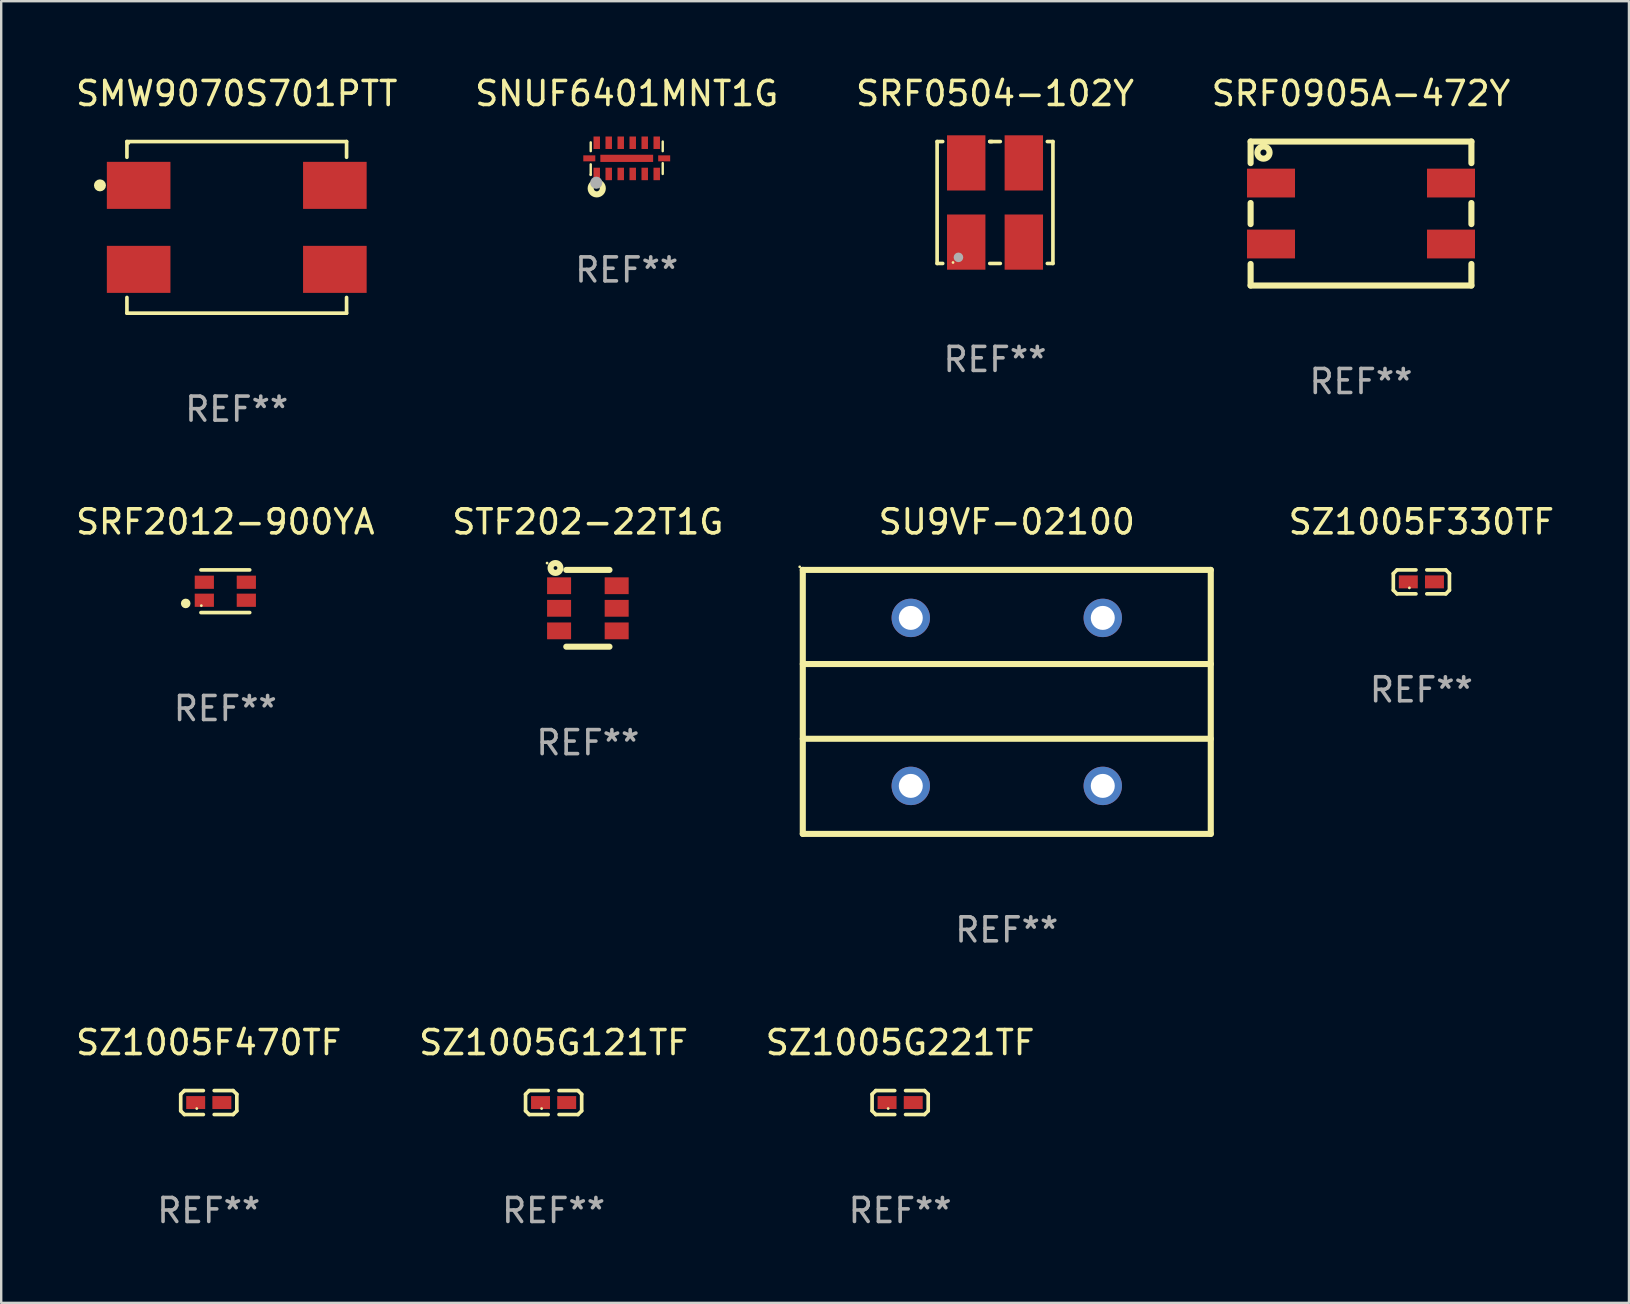
<source format=kicad_pcb>
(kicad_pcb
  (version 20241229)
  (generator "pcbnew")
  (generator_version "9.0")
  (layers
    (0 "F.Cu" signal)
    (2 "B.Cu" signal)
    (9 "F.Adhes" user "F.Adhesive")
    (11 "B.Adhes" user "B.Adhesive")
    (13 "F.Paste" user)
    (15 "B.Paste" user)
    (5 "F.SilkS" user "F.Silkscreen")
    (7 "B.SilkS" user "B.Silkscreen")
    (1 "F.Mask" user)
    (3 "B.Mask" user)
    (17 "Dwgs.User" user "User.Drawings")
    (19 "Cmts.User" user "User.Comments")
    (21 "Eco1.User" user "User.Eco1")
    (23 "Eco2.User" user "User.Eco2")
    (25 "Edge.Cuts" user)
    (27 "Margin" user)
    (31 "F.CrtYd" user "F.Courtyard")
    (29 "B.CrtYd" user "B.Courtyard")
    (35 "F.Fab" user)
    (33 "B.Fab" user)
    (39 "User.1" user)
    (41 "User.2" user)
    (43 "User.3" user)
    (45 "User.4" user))
  (footprint "SNUF6401MNT1G"
    (layer "F.Cu")
    (at 23.065 3.523)
    (property "Reference" "SNUF6401MNT1G" (at 0 -2.675 0) (layer "F.SilkS") (effects (font (size 1 1) (thickness 0.15))))
    (attr through_hole)
    (fp_line (start -1.5 -0.641) (end -1.5 -0.275) (stroke (width 0.1) (type solid)) (layer "F.SilkS"))
    (fp_line (start -1.5 0.275) (end -1.5 0.675) (stroke (width 0.1) (type solid)) (layer "F.SilkS"))
    (fp_line (start 1.5 -0.675) (end 1.5 -0.275) (stroke (width 0.1) (type solid)) (layer "F.SilkS"))
    (fp_line (start 1.5 0.225) (end 1.5 0.675) (stroke (width 0.1) (type solid)) (layer "F.SilkS"))
    (fp_circle (center -1.502 0.71) (end -1.472 0.71) (stroke (width 0.06) (type solid)) (fill no) (layer "F.SilkS"))
    (fp_circle (center -1.25 1.275) (end -1.125 1.275) (stroke (width 0.254) (type solid)) (fill no) (layer "F.SilkS"))
    (fp_circle (center -1.27 1.041) (end -1.143 1.041) (stroke (width 0.254) (type solid)) (fill no) (layer "F.Fab"))
    (fp_text user "REF**" (at 0 4.675 0) (layer "F.Fab") (effects (font (size 1 1) (thickness 0.15))))
    (pad "1" smd rect (at -1.25 0.675) (size 0.27 0.52) (layers "F.Cu" "F.Mask" "F.Paste"))
    (pad "2" smd rect (at -0.75 0.675) (size 0.27 0.52) (layers "F.Cu" "F.Mask" "F.Paste"))
    (pad "3" smd rect (at -0.25 0.675) (size 0.27 0.52) (layers "F.Cu" "F.Mask" "F.Paste"))
    (pad "4" smd rect (at 0.25 0.675) (size 0.27 0.52) (layers "F.Cu" "F.Mask" "F.Paste"))
    (pad "5" smd rect (at 0.75 0.675) (size 0.27 0.52) (layers "F.Cu" "F.Mask" "F.Paste"))
    (pad "6" smd rect (at 1.25 0.675) (size 0.27 0.52) (layers "F.Cu" "F.Mask" "F.Paste"))
    (pad "7" smd rect (at 1.25 -0.625) (size 0.27 0.52) (layers "F.Cu" "F.Mask" "F.Paste"))
    (pad "8" smd rect (at 0.75 -0.625) (size 0.27 0.52) (layers "F.Cu" "F.Mask" "F.Paste"))
    (pad "9" smd rect (at 0.25 -0.625) (size 0.27 0.52) (layers "F.Cu" "F.Mask" "F.Paste"))
    (pad "10" smd rect (at -0.25 -0.625) (size 0.27 0.52) (layers "F.Cu" "F.Mask" "F.Paste"))
    (pad "11" smd rect (at -0.75 -0.625) (size 0.27 0.52) (layers "F.Cu" "F.Mask" "F.Paste"))
    (pad "12" smd rect (at -1.25 -0.625) (size 0.27 0.52) (layers "F.Cu" "F.Mask" "F.Paste"))
    (pad "13" smd rect (at -0.000127 0.025 270) (size 0.3 2.2) (layers "F.Cu" "F.Mask" "F.Paste"))
    (pad "14" smd rect (at -1.56 0.025) (size 0.5 0.25) (layers "F.Cu" "F.Mask" "F.Paste"))
    (pad "14" smd rect (at 1.56 0.025) (size 0.5 0.25) (layers "F.Cu" "F.Mask" "F.Paste")))
  (footprint "SZ1005F470TF"
    (layer "F.Cu")
    (at 5.649 42.892)
    (property "Reference" "SZ1005F470TF" (at 0 -2.499 0) (layer "F.SilkS") (effects (font (size 1 1) (thickness 0.15))))
    (attr through_hole)
    (fp_line (start -1.169 -0.346) (end -1.016 -0.499) (stroke (width 0.152) (type solid)) (layer "F.SilkS"))
    (fp_line (start -1.169 0.346) (end -1.169 -0.346) (stroke (width 0.152) (type solid)) (layer "F.SilkS"))
    (fp_line (start -1.016 -0.499) (end -0.226 -0.499) (stroke (width 0.152) (type solid)) (layer "F.SilkS"))
    (fp_line (start -1.016 0.499) (end -1.169 0.346) (stroke (width 0.152) (type solid)) (layer "F.SilkS"))
    (fp_line (start -0.226 0.499) (end -1.016 0.499) (stroke (width 0.152) (type solid)) (layer "F.SilkS"))
    (fp_line (start 0.226 0.499) (end 1.016 0.499) (stroke (width 0.152) (type solid)) (layer "F.SilkS"))
    (fp_line (start 1.016 -0.499) (end 0.226 -0.499) (stroke (width 0.152) (type solid)) (layer "F.SilkS"))
    (fp_line (start 1.016 0.499) (end 1.169 0.346) (stroke (width 0.152) (type solid)) (layer "F.SilkS"))
    (fp_line (start 1.169 -0.346) (end 1.016 -0.499) (stroke (width 0.152) (type solid)) (layer "F.SilkS"))
    (fp_line (start 1.169 0.346) (end 1.169 -0.346) (stroke (width 0.152) (type solid)) (layer "F.SilkS"))
    (fp_circle (center -0.5 0.25) (end -0.47 0.25) (stroke (width 0.06) (type solid)) (fill no) (layer "F.SilkS"))
    (fp_text user "REF**" (at 0 4.499 0) (layer "F.Fab") (effects (font (size 1 1) (thickness 0.15))))
    (pad "1" smd rect (at -0.545 0) (size 0.79 0.54) (layers "F.Cu" "F.Mask" "F.Paste"))
    (pad "2" smd rect (at 0.545 0) (size 0.79 0.54) (layers "F.Cu" "F.Mask" "F.Paste")))
  (footprint "STF202-22T1G"
    (layer "F.Cu")
    (at 21.446 22.297)
    (property "Reference" "STF202-22T1G" (at 0 -3.6 0) (layer "F.SilkS") (effects (font (size 1 1) (thickness 0.15))))
    (attr through_hole)
    (fp_line (start 0.9 -1.6) (end -0.9 -1.6) (stroke (width 0.254) (type solid)) (layer "F.SilkS"))
    (fp_line (start 0.9 1.6) (end -0.9 1.6) (stroke (width 0.254) (type solid)) (layer "F.SilkS"))
    (fp_circle (center -1.7 -1.885) (end -1.67 -1.885) (stroke (width 0.06) (type solid)) (fill no) (layer "F.SilkS"))
    (fp_circle (center -1.35 -1.68) (end -1.272 -1.68) (stroke (width 0.254) (type solid)) (fill no) (layer "F.SilkS"))
    (fp_text user "REF**" (at 0 5.6 0) (layer "F.Fab") (effects (font (size 1 1) (thickness 0.15))))
    (pad "1" smd rect (at -1.2 -0.94) (size 1 0.7) (layers "F.Cu" "F.Mask" "F.Paste"))
    (pad "2" smd rect (at -1.2 0) (size 1 0.7) (layers "F.Cu" "F.Mask" "F.Paste"))
    (pad "3" smd rect (at -1.2 0.94) (size 1 0.7) (layers "F.Cu" "F.Mask" "F.Paste"))
    (pad "4" smd rect (at 1.2 0.94) (size 1 0.7) (layers "F.Cu" "F.Mask" "F.Paste"))
    (pad "5" smd rect (at 1.2 0) (size 1 0.7) (layers "F.Cu" "F.Mask" "F.Paste"))
    (pad "6" smd rect (at 1.2 -0.94) (size 1 0.7) (layers "F.Cu" "F.Mask" "F.Paste")))
  (footprint "SRF0504-102Y"
    (layer "F.Cu")
    (at 38.411 5.388)
    (property "Reference" "SRF0504-102Y" (at 0 -4.54 0) (layer "F.SilkS") (effects (font (size 1 1) (thickness 0.15))))
    (attr through_hole)
    (fp_line (start -2.413 -2.54) (end -2.18 -2.54) (stroke (width 0.152) (type solid)) (layer "F.SilkS"))
    (fp_line (start -2.413 2.54) (end -2.413 -2.54) (stroke (width 0.152) (type solid)) (layer "F.SilkS"))
    (fp_line (start -2.18 2.54) (end -2.413 2.54) (stroke (width 0.152) (type solid)) (layer "F.SilkS"))
    (fp_line (start -0.22 -2.54) (end -0.127 -2.54) (stroke (width 0.152) (type solid)) (layer "F.SilkS"))
    (fp_line (start -0.22 -2.54) (end 0.22 -2.54) (stroke (width 0.152) (type solid)) (layer "F.SilkS"))
    (fp_line (start -0.22 2.54) (end 0.22 2.54) (stroke (width 0.152) (type solid)) (layer "F.SilkS"))
    (fp_line (start 2.18 -2.54) (end 2.413 -2.54) (stroke (width 0.152) (type solid)) (layer "F.SilkS"))
    (fp_line (start 2.413 -2.54) (end 2.413 2.54) (stroke (width 0.152) (type solid)) (layer "F.SilkS"))
    (fp_line (start 2.413 2.54) (end 2.18 2.54) (stroke (width 0.152) (type solid)) (layer "F.SilkS"))
    (fp_circle (center -1.75 2.5) (end -1.72 2.5) (stroke (width 0.06) (type solid)) (fill no) (layer "F.SilkS"))
    (fp_circle (center -1.524 2.286) (end -1.424 2.286) (stroke (width 0.2) (type solid)) (fill no) (layer "F.Fab"))
    (fp_text user "REF**" (at 0 6.54 0) (layer "F.Fab") (effects (font (size 1 1) (thickness 0.15))))
    (pad "1" smd rect (at -1.2 1.65) (size 1.6 2.3) (layers "F.Cu" "F.Mask" "F.Paste"))
    (pad "2" smd rect (at 1.2 1.65) (size 1.6 2.3) (layers "F.Cu" "F.Mask" "F.Paste"))
    (pad "3" smd rect (at 1.2 -1.65) (size 1.6 2.3) (layers "F.Cu" "F.Mask" "F.Paste"))
    (pad "4" smd rect (at -1.2 -1.65) (size 1.6 2.3) (layers "F.Cu" "F.Mask" "F.Paste")))
  (footprint "SRF0905A-472Y"
    (layer "F.Cu")
    (at 53.661 5.848)
    (property "Reference" "SRF0905A-472Y" (at 0 -5 0) (layer "F.SilkS") (effects (font (size 1 1) (thickness 0.15))))
    (attr through_hole)
    (fp_line (start -4.6 -2.101) (end -4.6 -3) (stroke (width 0.254) (type solid)) (layer "F.SilkS"))
    (fp_line (start -4.6 0.439) (end -4.6 -0.439) (stroke (width 0.254) (type solid)) (layer "F.SilkS"))
    (fp_line (start -4.6 3) (end -4.6 2.101) (stroke (width 0.254) (type solid)) (layer "F.SilkS"))
    (fp_line (start -4.6 -3) (end 4.6 -3) (stroke (width 0.254) (type solid)) (layer "F.SilkS"))
    (fp_line (start 4.6 3) (end -4.6 3) (stroke (width 0.254) (type solid)) (layer "F.SilkS"))
    (fp_line (start 4.6 -3) (end 4.6 -2.101) (stroke (width 0.254) (type solid)) (layer "F.SilkS"))
    (fp_line (start 4.6 -0.439) (end 4.6 0.439) (stroke (width 0.254) (type solid)) (layer "F.SilkS"))
    (fp_line (start 4.6 2.101) (end 4.6 3) (stroke (width 0.254) (type solid)) (layer "F.SilkS"))
    (fp_circle (center -4.6 -3) (end -4.57 -3) (stroke (width 0.06) (type solid)) (fill no) (layer "F.SilkS"))
    (fp_circle (center -4.064 -2.54) (end -3.81 -2.54) (stroke (width 0.254) (type solid)) (fill no) (layer "F.SilkS"))
    (fp_text user "REF**" (at 0 7 0) (layer "F.Fab") (effects (font (size 1 1) (thickness 0.15))))
    (pad "1" smd rect (at -3.75 -1.27 90) (size 1.2 2) (layers "F.Cu" "F.Mask" "F.Paste"))
    (pad "2" smd rect (at -3.75 1.27 90) (size 1.2 2) (layers "F.Cu" "F.Mask" "F.Paste"))
    (pad "3" smd rect (at 3.75 1.27 90) (size 1.2 2) (layers "F.Cu" "F.Mask" "F.Paste"))
    (pad "4" smd rect (at 3.75 -1.27 90) (size 1.2 2) (layers "F.Cu" "F.Mask" "F.Paste")))
  (footprint "SU9VF-02100"
    (layer "F.Cu")
    (at 38.901 26.197)
    (property "Reference" "SU9VF-02100" (at 0 -7.5 0) (layer "F.SilkS") (effects (font (size 1 1) (thickness 0.15))))
    (attr through_hole)
    (fp_line (start -8.5 -5.5) (end -8.5 5.5) (stroke (width 0.254) (type solid)) (layer "F.SilkS"))
    (fp_line (start -8.5 -5.5) (end 8.5 -5.5) (stroke (width 0.254) (type solid)) (layer "F.SilkS"))
    (fp_line (start -8.5 -1.578) (end 8.5 -1.578) (stroke (width 0.254) (type solid)) (layer "F.SilkS"))
    (fp_line (start -8.5 1.537) (end 8.5 1.537) (stroke (width 0.254) (type solid)) (layer "F.SilkS"))
    (fp_line (start -8.5 5.5) (end 8.5 5.5) (stroke (width 0.254) (type solid)) (layer "F.SilkS"))
    (fp_line (start 8.5 -5.5) (end 8.5 5.5) (stroke (width 0.254) (type solid)) (layer "F.SilkS"))
    (fp_circle (center -8.627 -5.627) (end -8.597 -5.627) (stroke (width 0.06) (type solid)) (fill no) (layer "F.SilkS"))
    (fp_text user "REF**" (at 0 9.5 0) (layer "F.Fab") (effects (font (size 1 1) (thickness 0.15))))
    (pad "1" thru_hole circle (at -4 -3.5) (size 1.6 1.6) (drill 1) (layers "*.Cu" "*.Mask"))
    (pad "2" thru_hole circle (at -4 3.5) (size 1.6 1.6) (drill 1) (layers "*.Cu" "*.Mask"))
    (pad "3" thru_hole circle (at 4 3.5) (size 1.6 1.6) (drill 1) (layers "*.Cu" "*.Mask"))
    (pad "4" thru_hole circle (at 4 -3.5) (size 1.6 1.6) (drill 1) (layers "*.Cu" "*.Mask")))
  (footprint "SZ1005G221TF"
    (layer "F.Cu")
    (at 34.458 42.892)
    (property "Reference" "SZ1005G221TF" (at 0 -2.499 0) (layer "F.SilkS") (effects (font (size 1 1) (thickness 0.15))))
    (attr through_hole)
    (fp_line (start -1.169 -0.346) (end -1.016 -0.499) (stroke (width 0.152) (type solid)) (layer "F.SilkS"))
    (fp_line (start -1.169 0.346) (end -1.169 -0.346) (stroke (width 0.152) (type solid)) (layer "F.SilkS"))
    (fp_line (start -1.016 -0.499) (end -0.226 -0.499) (stroke (width 0.152) (type solid)) (layer "F.SilkS"))
    (fp_line (start -1.016 0.499) (end -1.169 0.346) (stroke (width 0.152) (type solid)) (layer "F.SilkS"))
    (fp_line (start -0.226 0.499) (end -1.016 0.499) (stroke (width 0.152) (type solid)) (layer "F.SilkS"))
    (fp_line (start 0.226 0.499) (end 1.016 0.499) (stroke (width 0.152) (type solid)) (layer "F.SilkS"))
    (fp_line (start 1.016 -0.499) (end 0.226 -0.499) (stroke (width 0.152) (type solid)) (layer "F.SilkS"))
    (fp_line (start 1.016 0.499) (end 1.169 0.346) (stroke (width 0.152) (type solid)) (layer "F.SilkS"))
    (fp_line (start 1.169 -0.346) (end 1.016 -0.499) (stroke (width 0.152) (type solid)) (layer "F.SilkS"))
    (fp_line (start 1.169 0.346) (end 1.169 -0.346) (stroke (width 0.152) (type solid)) (layer "F.SilkS"))
    (fp_circle (center -0.5 0.25) (end -0.47 0.25) (stroke (width 0.06) (type solid)) (fill no) (layer "F.SilkS"))
    (fp_text user "REF**" (at 0 4.499 0) (layer "F.Fab") (effects (font (size 1 1) (thickness 0.15))))
    (pad "1" smd rect (at -0.545 0) (size 0.79 0.54) (layers "F.Cu" "F.Mask" "F.Paste"))
    (pad "2" smd rect (at 0.545 0) (size 0.79 0.54) (layers "F.Cu" "F.Mask" "F.Paste")))
  (footprint "SMW9070S701PTT"
    (layer "F.Cu")
    (at 6.815 6.424)
    (property "Reference" "SMW9070S701PTT" (at 0 -5.576 0) (layer "F.SilkS") (effects (font (size 1 1) (thickness 0.15))))
    (attr through_hole)
    (fp_line (start -4.576 -3.576) (end 4.576 -3.576) (stroke (width 0.152) (type solid)) (layer "F.SilkS"))
    (fp_line (start -4.576 -2.921) (end -4.576 -3.576) (stroke (width 0.152) (type solid)) (layer "F.SilkS"))
    (fp_line (start -4.576 2.921) (end -4.576 3.576) (stroke (width 0.152) (type solid)) (layer "F.SilkS"))
    (fp_line (start -4.576 3.576) (end 4.576 3.576) (stroke (width 0.152) (type solid)) (layer "F.SilkS"))
    (fp_line (start 4.576 -3.576) (end 4.576 -2.921) (stroke (width 0.152) (type solid)) (layer "F.SilkS"))
    (fp_line (start 4.576 3.576) (end 4.576 2.921) (stroke (width 0.152) (type solid)) (layer "F.SilkS"))
    (fp_circle (center -5.7 -1.75) (end -5.575 -1.75) (stroke (width 0.25) (type solid)) (fill no) (layer "F.SilkS"))
    (fp_circle (center -4.5 -3.5) (end -4.47 -3.5) (stroke (width 0.06) (type solid)) (fill no) (layer "F.SilkS"))
    (fp_text user "REF**" (at 0 7.576 0) (layer "F.Fab") (effects (font (size 1 1) (thickness 0.15))))
    (pad "1" smd rect (at -4.088 -1.75 270) (size 1.96 2.65) (layers "F.Cu" "F.Mask" "F.Paste"))
    (pad "2" smd rect (at -4.088 1.75 270) (size 1.96 2.65) (layers "F.Cu" "F.Mask" "F.Paste"))
    (pad "3" smd rect (at 4.088 1.75 270) (size 1.96 2.65) (layers "F.Cu" "F.Mask" "F.Paste"))
    (pad "4" smd rect (at 4.088 -1.75 270) (size 1.96 2.65) (layers "F.Cu" "F.Mask" "F.Paste")))
  (footprint "SZ1005G121TF"
    (layer "F.Cu")
    (at 20.018 42.892)
    (property "Reference" "SZ1005G121TF" (at 0 -2.499 0) (layer "F.SilkS") (effects (font (size 1 1) (thickness 0.15))))
    (attr through_hole)
    (fp_line (start -1.169 -0.346) (end -1.016 -0.499) (stroke (width 0.152) (type solid)) (layer "F.SilkS"))
    (fp_line (start -1.169 0.346) (end -1.169 -0.346) (stroke (width 0.152) (type solid)) (layer "F.SilkS"))
    (fp_line (start -1.016 -0.499) (end -0.226 -0.499) (stroke (width 0.152) (type solid)) (layer "F.SilkS"))
    (fp_line (start -1.016 0.499) (end -1.169 0.346) (stroke (width 0.152) (type solid)) (layer "F.SilkS"))
    (fp_line (start -0.226 0.499) (end -1.016 0.499) (stroke (width 0.152) (type solid)) (layer "F.SilkS"))
    (fp_line (start 0.226 0.499) (end 1.016 0.499) (stroke (width 0.152) (type solid)) (layer "F.SilkS"))
    (fp_line (start 1.016 -0.499) (end 0.226 -0.499) (stroke (width 0.152) (type solid)) (layer "F.SilkS"))
    (fp_line (start 1.016 0.499) (end 1.169 0.346) (stroke (width 0.152) (type solid)) (layer "F.SilkS"))
    (fp_line (start 1.169 -0.346) (end 1.016 -0.499) (stroke (width 0.152) (type solid)) (layer "F.SilkS"))
    (fp_line (start 1.169 0.346) (end 1.169 -0.346) (stroke (width 0.152) (type solid)) (layer "F.SilkS"))
    (fp_circle (center -0.5 0.25) (end -0.47 0.25) (stroke (width 0.06) (type solid)) (fill no) (layer "F.SilkS"))
    (fp_text user "REF**" (at 0 4.499 0) (layer "F.Fab") (effects (font (size 1 1) (thickness 0.15))))
    (pad "1" smd rect (at -0.545 0) (size 0.79 0.54) (layers "F.Cu" "F.Mask" "F.Paste"))
    (pad "2" smd rect (at 0.545 0) (size 0.79 0.54) (layers "F.Cu" "F.Mask" "F.Paste")))
  (footprint "SRF2012-900YA"
    (layer "F.Cu")
    (at 6.339 21.586)
    (property "Reference" "SRF2012-900YA" (at 0 -2.889 0) (layer "F.SilkS") (effects (font (size 1 1) (thickness 0.15))))
    (attr through_hole)
    (fp_line (start -1.016 0.889) (end 1.016 0.889) (stroke (width 0.152) (type solid)) (layer "F.SilkS"))
    (fp_line (start -1.016 -0.889) (end 1.016 -0.889) (stroke (width 0.152) (type solid)) (layer "F.SilkS"))
    (fp_circle (center -1.651 0.508) (end -1.551 0.508) (stroke (width 0.2) (type solid)) (fill no) (layer "F.SilkS"))
    (fp_circle (center -1 0.6) (end -0.97 0.6) (stroke (width 0.06) (type solid)) (fill no) (layer "F.SilkS"))
    (fp_text user "REF**" (at 0 4.889 0) (layer "F.Fab") (effects (font (size 1 1) (thickness 0.15))))
    (pad "1" smd rect (at -0.875 0.375 270) (size 0.55 0.8) (layers "F.Cu" "F.Mask" "F.Paste"))
    (pad "2" smd rect (at 0.875 0.375 270) (size 0.55 0.8) (layers "F.Cu" "F.Mask" "F.Paste"))
    (pad "3" smd rect (at 0.875 -0.375 270) (size 0.55 0.8) (layers "F.Cu" "F.Mask" "F.Paste"))
    (pad "4" smd rect (at -0.875 -0.375 270) (size 0.55 0.8) (layers "F.Cu" "F.Mask" "F.Paste")))
  (footprint "SZ1005F330TF"
    (layer "F.Cu")
    (at 56.177 21.196)
    (property "Reference" "SZ1005F330TF" (at 0 -2.499 0) (layer "F.SilkS") (effects (font (size 1 1) (thickness 0.15))))
    (attr through_hole)
    (fp_line (start -1.169 -0.346) (end -1.016 -0.499) (stroke (width 0.152) (type solid)) (layer "F.SilkS"))
    (fp_line (start -1.169 0.346) (end -1.169 -0.346) (stroke (width 0.152) (type solid)) (layer "F.SilkS"))
    (fp_line (start -1.016 -0.499) (end -0.226 -0.499) (stroke (width 0.152) (type solid)) (layer "F.SilkS"))
    (fp_line (start -1.016 0.499) (end -1.169 0.346) (stroke (width 0.152) (type solid)) (layer "F.SilkS"))
    (fp_line (start -0.226 0.499) (end -1.016 0.499) (stroke (width 0.152) (type solid)) (layer "F.SilkS"))
    (fp_line (start 0.226 0.499) (end 1.016 0.499) (stroke (width 0.152) (type solid)) (layer "F.SilkS"))
    (fp_line (start 1.016 -0.499) (end 0.226 -0.499) (stroke (width 0.152) (type solid)) (layer "F.SilkS"))
    (fp_line (start 1.016 0.499) (end 1.169 0.346) (stroke (width 0.152) (type solid)) (layer "F.SilkS"))
    (fp_line (start 1.169 -0.346) (end 1.016 -0.499) (stroke (width 0.152) (type solid)) (layer "F.SilkS"))
    (fp_line (start 1.169 0.346) (end 1.169 -0.346) (stroke (width 0.152) (type solid)) (layer "F.SilkS"))
    (fp_circle (center -0.5 0.25) (end -0.47 0.25) (stroke (width 0.06) (type solid)) (fill no) (layer "F.SilkS"))
    (fp_text user "REF**" (at 0 4.499 0) (layer "F.Fab") (effects (font (size 1 1) (thickness 0.15))))
    (pad "1" smd rect (at -0.545 0) (size 0.79 0.54) (layers "F.Cu" "F.Mask" "F.Paste"))
    (pad "2" smd rect (at 0.545 0) (size 0.79 0.54) (layers "F.Cu" "F.Mask" "F.Paste")))
  (gr_rect
    (start -3 -3)
    (end 64.826 51.239)
    (stroke (width 0.1) (type default))
    (fill no)
    (layer "Edge.Cuts")))
</source>
